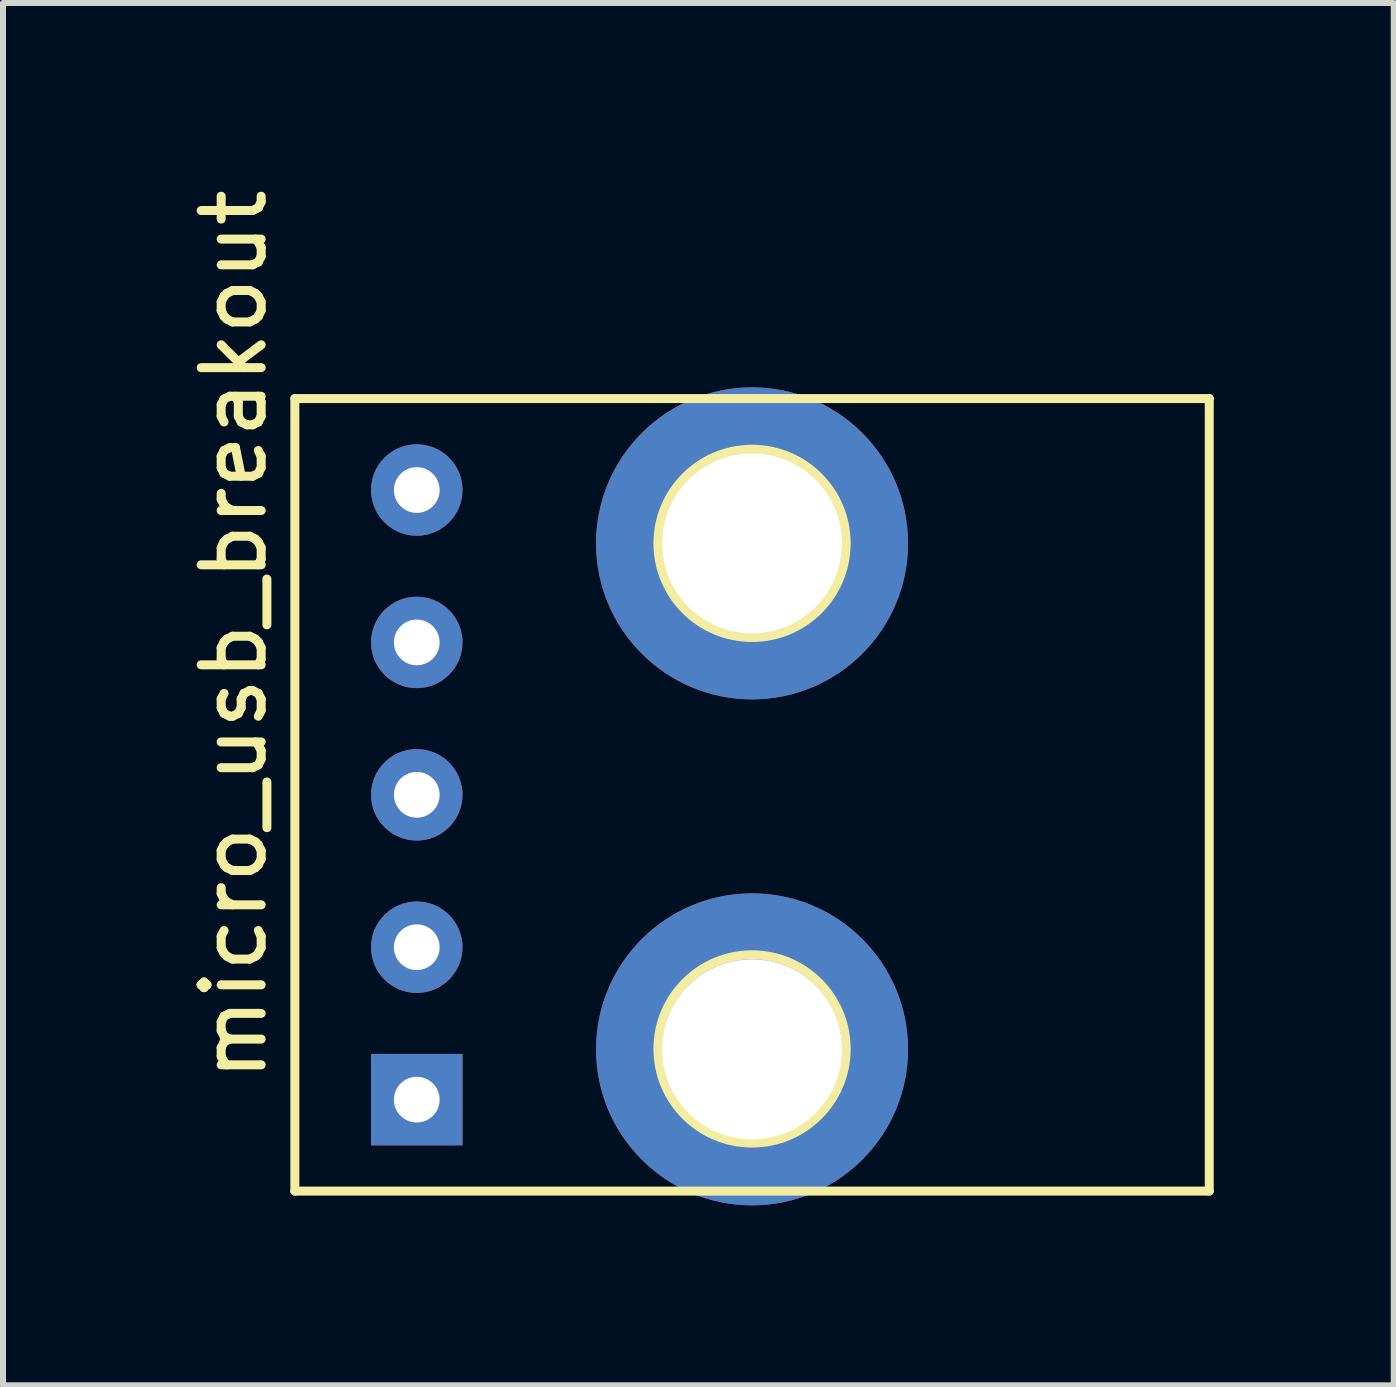
<source format=kicad_pcb>
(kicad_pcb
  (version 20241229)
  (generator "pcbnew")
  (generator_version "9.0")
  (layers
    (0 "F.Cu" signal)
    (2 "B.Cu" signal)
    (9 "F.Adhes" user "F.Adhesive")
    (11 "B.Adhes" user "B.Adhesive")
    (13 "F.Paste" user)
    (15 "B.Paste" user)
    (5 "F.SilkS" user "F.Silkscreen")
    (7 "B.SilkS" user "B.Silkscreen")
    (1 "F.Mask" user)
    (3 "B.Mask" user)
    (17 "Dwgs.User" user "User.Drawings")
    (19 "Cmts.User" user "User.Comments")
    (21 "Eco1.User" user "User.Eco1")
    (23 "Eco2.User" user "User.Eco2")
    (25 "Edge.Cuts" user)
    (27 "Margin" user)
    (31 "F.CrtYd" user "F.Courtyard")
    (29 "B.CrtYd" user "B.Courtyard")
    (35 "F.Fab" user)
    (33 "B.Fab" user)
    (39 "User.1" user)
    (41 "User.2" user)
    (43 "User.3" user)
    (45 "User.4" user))
  (footprint "micro_usb_breakout"
    (layer "F.Cu")
    (at 9.484 10.197)
    (property "Reference" "micro_usb_breakout" (at -8.636 -2.667 90) (layer "F.SilkS") (effects (font (size 1 1) (thickness 0.15))))
    (attr through_hole)
    (fp_line (start -7.62 -6.604) (end -7.62 6.604) (stroke (width 0.15) (type solid)) (layer "F.SilkS"))
    (fp_line (start -7.62 6.604) (end 7.62 6.604) (stroke (width 0.15) (type solid)) (layer "F.SilkS"))
    (fp_line (start 7.62 -6.604) (end -7.62 -6.604) (stroke (width 0.15) (type solid)) (layer "F.SilkS"))
    (fp_line (start 7.62 6.604) (end 7.62 -6.604) (stroke (width 0.15) (type solid)) (layer "F.SilkS"))
    (fp_circle (center 0 -4.191) (end 1.074 -3.048) (stroke (width 0.15) (type solid)) (fill no) (layer "F.SilkS"))
    (fp_circle (center 0 4.235) (end 1.074 5.378) (stroke (width 0.15) (type solid)) (fill no) (layer "F.SilkS"))
    (pad "" np_thru_hole circle (at 0 -4.191) (size 5.2 5.2) (drill 3) (layers "*.Cu" "*.Mask"))
    (pad "" np_thru_hole circle (at 0 4.242) (size 5.2 5.2) (drill 3) (layers "*.Cu" "*.Mask"))
    (pad "1" thru_hole rect (at -5.588 5.08) (size 1.524 1.524) (drill 0.762) (layers "*.Cu" "*.Mask"))
    (pad "2" thru_hole circle (at -5.588 2.54) (size 1.524 1.524) (drill 0.762) (layers "*.Cu" "*.Mask"))
    (pad "3" thru_hole circle (at -5.588 0) (size 1.524 1.524) (drill 0.762) (layers "*.Cu" "*.Mask"))
    (pad "4" thru_hole circle (at -5.588 -2.54) (size 1.524 1.524) (drill 0.762) (layers "*.Cu" "*.Mask"))
    (pad "5" thru_hole circle (at -5.588 -5.08) (size 1.524 1.524) (drill 0.762) (layers "*.Cu" "*.Mask")))
  (gr_rect
    (start -3 -3)
    (end 20.179 20.039)
    (stroke (width 0.1) (type default))
    (fill no)
    (layer "Edge.Cuts")))
</source>
